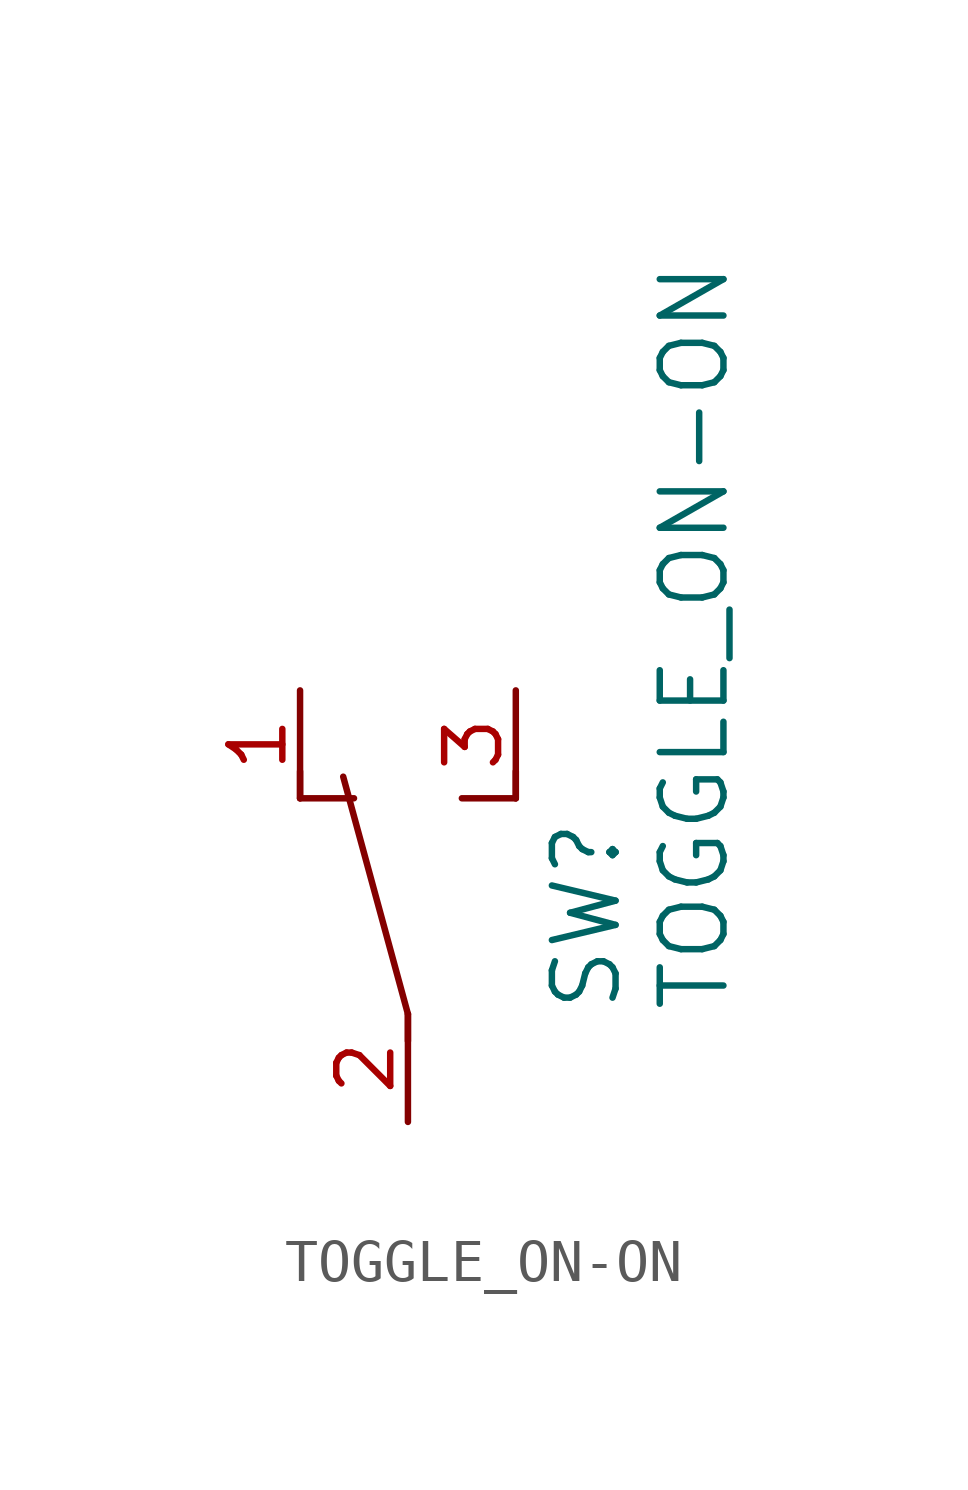
<source format=kicad_sym>
(kicad_symbol_lib
  (version 20211014)
  (generator kicad_symbol_editor)
  (symbol "TOGGLE_ON-ON"
    (pin_names
      (offset 1.016))
    (property "Reference" "SW"
      (at 5.08 -2.54 90)
      (effects (font (size 1.499 1.499)) (justify left bottom)))
    (property "Value" "TOGGLE_ON-ON"
      (at 7.62 -2.54 90)
      (effects (font (size 1.499 1.499)) (justify left bottom)))
    (property "ki_locked" ""
      (at 0 0 0)
      (effects (font (size 1.27 1.27))))
    (symbol "TOGGLE_ON-ON_1_0"
      (polyline (pts (xy -2.54 2.54) (xy -2.54 3.175)) (stroke (width 0) (type default) (color 0 0 0 0)) (fill (type none)))
      (polyline (pts (xy -2.54 2.54) (xy -1.27 2.54)) (stroke (width 0) (type default) (color 0 0 0 0)) (fill (type none)))
      (polyline (pts (xy 0 -3.175) (xy 0 -2.54)) (stroke (width 0) (type default) (color 0 0 0 0)) (fill (type none)))
      (polyline (pts (xy 0 -2.54) (xy -1.524 3.048)) (stroke (width 0) (type default) (color 0 0 0 0)) (fill (type none)))
      (polyline (pts (xy 1.27 2.54) (xy 2.54 2.54)) (stroke (width 0) (type default) (color 0 0 0 0)) (fill (type none)))
      (polyline (pts (xy 2.54 2.54) (xy 2.54 3.175)) (stroke (width 0) (type default) (color 0 0 0 0)) (fill (type none)))
      (pin passive line (at -2.54 5.08 270) (length 2.54) (name "O" (effects (font (size 0 0)))) (number "1" (effects (font (size 1.27 1.27)))))
      (pin passive line (at 0 -5.08 90) (length 2.54) (name "P" (effects (font (size 0 0)))) (number "2" (effects (font (size 1.27 1.27)))))
      (pin passive line (at 2.54 5.08 270) (length 2.54) (name "S" (effects (font (size 0 0)))) (number "3" (effects (font (size 1.27 1.27))))))))
</source>
